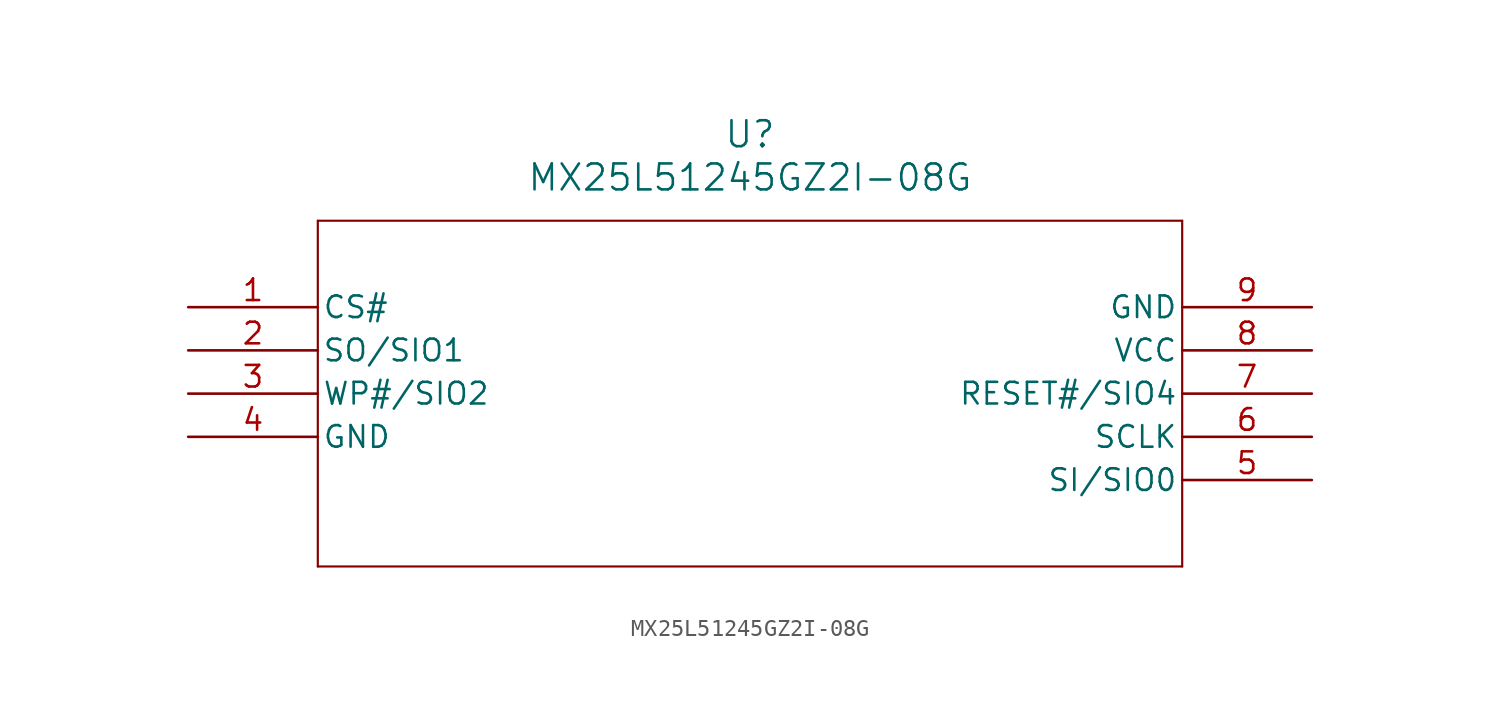
<source format=kicad_sym>
(kicad_symbol_lib
  (version 20211014)
  (generator kicad_symbol_editor)
  (symbol "MX25L51245GZ2I-08G"
    (pin_names
      (offset 0.254))
    (property "Reference" "U"
      (at 33.02 10.16 0)
      (effects (font (size 1.524 1.524))))
    (property "Value" "MX25L51245GZ2I-08G"
      (at 33.02 7.62 0)
      (effects (font (size 1.524 1.524))))
    (symbol "MX25L51245GZ2I-08G_0_1"
      (polyline (pts (xy 7.62 5.08) (xy 7.62 -15.24)) (stroke (width 0.127) (type default) (color 0 0 0 0)) (fill (type none)))
      (polyline (pts (xy 7.62 -15.24) (xy 58.42 -15.24)) (stroke (width 0.127) (type default) (color 0 0 0 0)) (fill (type none)))
      (polyline (pts (xy 58.42 -15.24) (xy 58.42 5.08)) (stroke (width 0.127) (type default) (color 0 0 0 0)) (fill (type none)))
      (polyline (pts (xy 58.42 5.08) (xy 7.62 5.08)) (stroke (width 0.127) (type default) (color 0 0 0 0)) (fill (type none)))
      (pin input line (at 0 0 0) (length 7.62) (name "CS#" (effects (font (size 1.27 1.27)))) (number "1" (effects (font (size 1.27 1.27)))))
      (pin bidirectional line (at 0 -2.54 0) (length 7.62) (name "SO/SIO1" (effects (font (size 1.27 1.27)))) (number "2" (effects (font (size 1.27 1.27)))))
      (pin bidirectional line (at 0 -5.08 0) (length 7.62) (name "WP#/SIO2" (effects (font (size 1.27 1.27)))) (number "3" (effects (font (size 1.27 1.27)))))
      (pin power_out line (at 0 -7.62 0) (length 7.62) (name "GND" (effects (font (size 1.27 1.27)))) (number "4" (effects (font (size 1.27 1.27)))))
      (pin bidirectional line (at 66.04 -10.16 180) (length 7.62) (name "SI/SIO0" (effects (font (size 1.27 1.27)))) (number "5" (effects (font (size 1.27 1.27)))))
      (pin input line (at 66.04 -7.62 180) (length 7.62) (name "SCLK" (effects (font (size 1.27 1.27)))) (number "6" (effects (font (size 1.27 1.27)))))
      (pin bidirectional line (at 66.04 -5.08 180) (length 7.62) (name "RESET#/SIO4" (effects (font (size 1.27 1.27)))) (number "7" (effects (font (size 1.27 1.27)))))
      (pin power_in line (at 66.04 -2.54 180) (length 7.62) (name "VCC" (effects (font (size 1.27 1.27)))) (number "8" (effects (font (size 1.27 1.27)))))
      (pin power_out line (at 66.04 0 180) (length 7.62) (name "GND" (effects (font (size 1.27 1.27)))) (number "9" (effects (font (size 1.27 1.27))))))))
</source>
